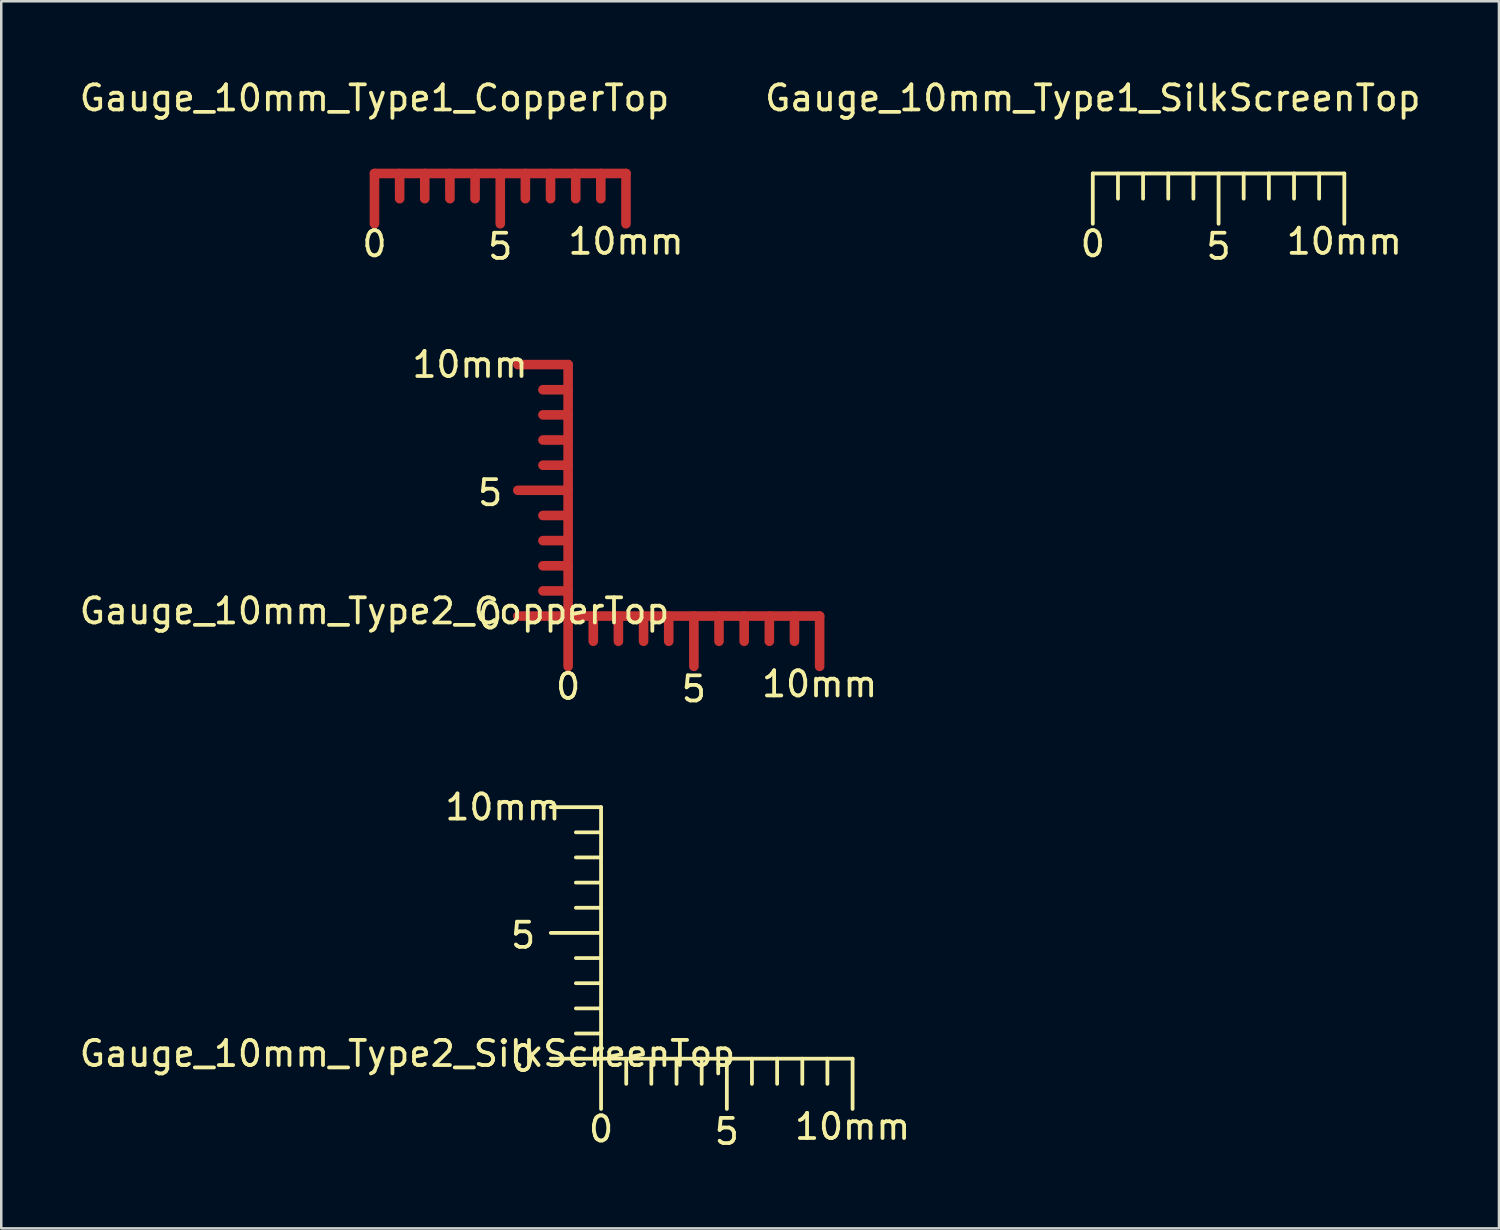
<source format=kicad_pcb>
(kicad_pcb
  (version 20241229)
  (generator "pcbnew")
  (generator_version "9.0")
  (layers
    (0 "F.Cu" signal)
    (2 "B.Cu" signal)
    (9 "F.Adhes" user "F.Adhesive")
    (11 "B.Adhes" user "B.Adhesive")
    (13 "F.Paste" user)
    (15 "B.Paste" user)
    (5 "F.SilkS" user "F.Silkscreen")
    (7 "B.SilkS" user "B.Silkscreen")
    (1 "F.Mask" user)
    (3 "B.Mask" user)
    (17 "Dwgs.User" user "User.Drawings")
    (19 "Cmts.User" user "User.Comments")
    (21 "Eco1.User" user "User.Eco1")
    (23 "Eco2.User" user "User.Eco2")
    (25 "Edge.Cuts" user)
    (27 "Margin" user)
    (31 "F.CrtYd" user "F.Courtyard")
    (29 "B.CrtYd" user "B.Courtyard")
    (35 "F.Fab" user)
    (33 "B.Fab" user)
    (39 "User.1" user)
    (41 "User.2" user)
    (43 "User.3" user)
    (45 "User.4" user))
  (footprint "Gauge_10mm_Type2_SilkScreenTop"
    (layer "F.Cu")
    (at 20.848 39.042)
    (property "Reference" "Gauge_10mm_Type2_SilkScreenTop" (at -7.699 -0.201 0) (layer "F.SilkS") (effects (font (size 1 1) (thickness 0.15))))
    (attr through_hole)
    (fp_line (start 0 -10) (end -1.999 -10) (stroke (width 0.15) (type solid)) (layer "F.SilkS"))
    (fp_line (start 0 -8.999) (end -1.001 -8.999) (stroke (width 0.15) (type solid)) (layer "F.SilkS"))
    (fp_line (start 0 -8.001) (end -1.001 -8.001) (stroke (width 0.15) (type solid)) (layer "F.SilkS"))
    (fp_line (start 0 -7) (end -1.001 -7) (stroke (width 0.15) (type solid)) (layer "F.SilkS"))
    (fp_line (start 0 -5.999) (end -1.001 -5.999) (stroke (width 0.15) (type solid)) (layer "F.SilkS"))
    (fp_line (start 0 -5.001) (end -1.999 -5.001) (stroke (width 0.15) (type solid)) (layer "F.SilkS"))
    (fp_line (start 0 -4) (end -1.001 -4) (stroke (width 0.15) (type solid)) (layer "F.SilkS"))
    (fp_line (start 0 -3) (end -1.001 -3) (stroke (width 0.15) (type solid)) (layer "F.SilkS"))
    (fp_line (start 0 -1.999) (end -1.001 -1.999) (stroke (width 0.15) (type solid)) (layer "F.SilkS"))
    (fp_line (start 0 -1.001) (end -1.001 -1.001) (stroke (width 0.15) (type solid)) (layer "F.SilkS"))
    (fp_line (start 0 0) (end -1.999 0) (stroke (width 0.15) (type solid)) (layer "F.SilkS"))
    (fp_line (start 0 0) (end 0 -10) (stroke (width 0.15) (type solid)) (layer "F.SilkS"))
    (fp_line (start 0 0) (end 0 1.999) (stroke (width 0.15) (type solid)) (layer "F.SilkS"))
    (fp_line (start 0 0) (end 10 0) (stroke (width 0.15) (type solid)) (layer "F.SilkS"))
    (fp_line (start 1.001 0) (end 1.001 1.001) (stroke (width 0.15) (type solid)) (layer "F.SilkS"))
    (fp_line (start 1.999 0) (end 1.999 1.001) (stroke (width 0.15) (type solid)) (layer "F.SilkS"))
    (fp_line (start 3 0) (end 3 1.001) (stroke (width 0.15) (type solid)) (layer "F.SilkS"))
    (fp_line (start 4 0) (end 4 1.001) (stroke (width 0.15) (type solid)) (layer "F.SilkS"))
    (fp_line (start 5.001 0) (end 5.001 1.999) (stroke (width 0.15) (type solid)) (layer "F.SilkS"))
    (fp_line (start 5.999 0) (end 5.999 1.001) (stroke (width 0.15) (type solid)) (layer "F.SilkS"))
    (fp_line (start 7 0) (end 7 1.001) (stroke (width 0.15) (type solid)) (layer "F.SilkS"))
    (fp_line (start 8.001 0) (end 8.001 1.001) (stroke (width 0.15) (type solid)) (layer "F.SilkS"))
    (fp_line (start 8.999 0) (end 8.999 1.001) (stroke (width 0.15) (type solid)) (layer "F.SilkS"))
    (fp_line (start 10 0) (end 10 1.999) (stroke (width 0.15) (type solid)) (layer "F.SilkS"))
    (fp_text user "0" (at -3.101 0 0) (layer "F.SilkS") (effects (font (size 1 1) (thickness 0.15))))
    (fp_text user "0" (at 0 2.799 0) (layer "F.SilkS") (effects (font (size 1 1) (thickness 0.15))))
    (fp_text user "10mm" (at 10 2.7 0) (layer "F.SilkS") (effects (font (size 1 1) (thickness 0.15))))
    (fp_text user "5" (at -3.101 -4.9 0) (layer "F.SilkS") (effects (font (size 1 1) (thickness 0.15))))
    (fp_text user "5" (at 4.999 2.901 0) (layer "F.SilkS") (effects (font (size 1 1) (thickness 0.15))))
    (fp_text user "10mm" (at -3.901 -10 0) (layer "F.SilkS") (effects (font (size 1 1) (thickness 0.15)))))
  (footprint "Gauge_10mm_Type1_CopperTop"
    (layer "F.Cu")
    (at 11.839 3.848)
    (property "Reference" "Gauge_10mm_Type1_CopperTop" (at 0 -3 0) (layer "F.SilkS") (effects (font (size 1 1) (thickness 0.15))))
    (attr through_hole)
    (fp_line (start 0 0) (end 0 1.999) (stroke (width 0.381) (type solid)) (layer "F.Cu"))
    (fp_line (start 0 0) (end 10 0) (stroke (width 0.381) (type solid)) (layer "F.Cu"))
    (fp_line (start 1.001 0) (end 1.001 1.001) (stroke (width 0.381) (type solid)) (layer "F.Cu"))
    (fp_line (start 1.999 0) (end 1.999 1.001) (stroke (width 0.381) (type solid)) (layer "F.Cu"))
    (fp_line (start 3 0) (end 3 1.001) (stroke (width 0.381) (type solid)) (layer "F.Cu"))
    (fp_line (start 4 0) (end 4 1.001) (stroke (width 0.381) (type solid)) (layer "F.Cu"))
    (fp_line (start 5.001 0) (end 5.001 1.999) (stroke (width 0.381) (type solid)) (layer "F.Cu"))
    (fp_line (start 5.999 0) (end 5.999 1.001) (stroke (width 0.381) (type solid)) (layer "F.Cu"))
    (fp_line (start 7 0) (end 7 1.001) (stroke (width 0.381) (type solid)) (layer "F.Cu"))
    (fp_line (start 8.001 0) (end 8.001 1.001) (stroke (width 0.381) (type solid)) (layer "F.Cu"))
    (fp_line (start 8.999 0) (end 8.999 1.001) (stroke (width 0.381) (type solid)) (layer "F.Cu"))
    (fp_line (start 10 0) (end 10 1.999) (stroke (width 0.381) (type solid)) (layer "F.Cu"))
    (fp_text user "10mm" (at 10 2.7 0) (layer "F.SilkS") (effects (font (size 1 1) (thickness 0.15))))
    (fp_text user "0" (at 0 2.799 0) (layer "F.SilkS") (effects (font (size 1 1) (thickness 0.15))))
    (fp_text user "5" (at 4.999 2.901 0) (layer "F.SilkS") (effects (font (size 1 1) (thickness 0.15)))))
  (footprint "Gauge_10mm_Type2_CopperTop"
    (layer "F.Cu")
    (at 19.538 21.445)
    (property "Reference" "Gauge_10mm_Type2_CopperTop" (at -7.699 -0.201 0) (layer "F.SilkS") (effects (font (size 1 1) (thickness 0.15))))
    (attr through_hole)
    (fp_line (start 0 -10) (end -1.999 -10) (stroke (width 0.381) (type solid)) (layer "F.Cu"))
    (fp_line (start 0 -8.999) (end -1.001 -8.999) (stroke (width 0.381) (type solid)) (layer "F.Cu"))
    (fp_line (start 0 -8.001) (end -1.001 -8.001) (stroke (width 0.381) (type solid)) (layer "F.Cu"))
    (fp_line (start 0 -7) (end -1.001 -7) (stroke (width 0.381) (type solid)) (layer "F.Cu"))
    (fp_line (start 0 -5.999) (end -1.001 -5.999) (stroke (width 0.381) (type solid)) (layer "F.Cu"))
    (fp_line (start 0 -5.001) (end -1.999 -5.001) (stroke (width 0.381) (type solid)) (layer "F.Cu"))
    (fp_line (start 0 -4) (end -1.001 -4) (stroke (width 0.381) (type solid)) (layer "F.Cu"))
    (fp_line (start 0 -3) (end -1.001 -3) (stroke (width 0.381) (type solid)) (layer "F.Cu"))
    (fp_line (start 0 -1.999) (end -1.001 -1.999) (stroke (width 0.381) (type solid)) (layer "F.Cu"))
    (fp_line (start 0 -1.001) (end -1.001 -1.001) (stroke (width 0.381) (type solid)) (layer "F.Cu"))
    (fp_line (start 0 0) (end -1.999 0) (stroke (width 0.381) (type solid)) (layer "F.Cu"))
    (fp_line (start 0 0) (end 0 -10) (stroke (width 0.381) (type solid)) (layer "F.Cu"))
    (fp_line (start 0 0) (end 0 1.999) (stroke (width 0.381) (type solid)) (layer "F.Cu"))
    (fp_line (start 0 0) (end 10 0) (stroke (width 0.381) (type solid)) (layer "F.Cu"))
    (fp_line (start 1.001 0) (end 1.001 1.001) (stroke (width 0.381) (type solid)) (layer "F.Cu"))
    (fp_line (start 1.999 0) (end 1.999 1.001) (stroke (width 0.381) (type solid)) (layer "F.Cu"))
    (fp_line (start 3 0) (end 3 1.001) (stroke (width 0.381) (type solid)) (layer "F.Cu"))
    (fp_line (start 4 0) (end 4 1.001) (stroke (width 0.381) (type solid)) (layer "F.Cu"))
    (fp_line (start 5.001 0) (end 5.001 1.999) (stroke (width 0.381) (type solid)) (layer "F.Cu"))
    (fp_line (start 5.999 0) (end 5.999 1.001) (stroke (width 0.381) (type solid)) (layer "F.Cu"))
    (fp_line (start 7 0) (end 7 1.001) (stroke (width 0.381) (type solid)) (layer "F.Cu"))
    (fp_line (start 8.001 0) (end 8.001 1.001) (stroke (width 0.381) (type solid)) (layer "F.Cu"))
    (fp_line (start 8.999 0) (end 8.999 1.001) (stroke (width 0.381) (type solid)) (layer "F.Cu"))
    (fp_line (start 10 0) (end 10 1.999) (stroke (width 0.381) (type solid)) (layer "F.Cu"))
    (fp_text user "0" (at -3.101 0 0) (layer "F.SilkS") (effects (font (size 1 1) (thickness 0.15))))
    (fp_text user "10mm" (at 10 2.7 0) (layer "F.SilkS") (effects (font (size 1 1) (thickness 0.15))))
    (fp_text user "0" (at 0 2.799 0) (layer "F.SilkS") (effects (font (size 1 1) (thickness 0.15))))
    (fp_text user "10mm" (at -3.901 -10 0) (layer "F.SilkS") (effects (font (size 1 1) (thickness 0.15))))
    (fp_text user "5" (at -3.101 -4.9 0) (layer "F.SilkS") (effects (font (size 1 1) (thickness 0.15))))
    (fp_text user "5" (at 4.999 2.901 0) (layer "F.SilkS") (effects (font (size 1 1) (thickness 0.15)))))
  (footprint "Gauge_10mm_Type1_SilkScreenTop"
    (layer "F.Cu")
    (at 40.399 3.848)
    (property "Reference" "Gauge_10mm_Type1_SilkScreenTop" (at 0 -3 0) (layer "F.SilkS") (effects (font (size 1 1) (thickness 0.15))))
    (attr through_hole)
    (fp_line (start 0 0) (end 0 1.999) (stroke (width 0.15) (type solid)) (layer "F.SilkS"))
    (fp_line (start 0 0) (end 10 0) (stroke (width 0.15) (type solid)) (layer "F.SilkS"))
    (fp_line (start 1.001 0) (end 1.001 1.001) (stroke (width 0.15) (type solid)) (layer "F.SilkS"))
    (fp_line (start 1.999 0) (end 1.999 1.001) (stroke (width 0.15) (type solid)) (layer "F.SilkS"))
    (fp_line (start 3 0) (end 3 1.001) (stroke (width 0.15) (type solid)) (layer "F.SilkS"))
    (fp_line (start 4 0) (end 4 1.001) (stroke (width 0.15) (type solid)) (layer "F.SilkS"))
    (fp_line (start 5.001 0) (end 5.001 1.999) (stroke (width 0.15) (type solid)) (layer "F.SilkS"))
    (fp_line (start 5.999 0) (end 5.999 1.001) (stroke (width 0.15) (type solid)) (layer "F.SilkS"))
    (fp_line (start 7 0) (end 7 1.001) (stroke (width 0.15) (type solid)) (layer "F.SilkS"))
    (fp_line (start 8.001 0) (end 8.001 1.001) (stroke (width 0.15) (type solid)) (layer "F.SilkS"))
    (fp_line (start 8.999 0) (end 8.999 1.001) (stroke (width 0.15) (type solid)) (layer "F.SilkS"))
    (fp_line (start 10 0) (end 10 1.999) (stroke (width 0.15) (type solid)) (layer "F.SilkS"))
    (fp_text user "5" (at 4.999 2.901 0) (layer "F.SilkS") (effects (font (size 1 1) (thickness 0.15))))
    (fp_text user "0" (at 0 2.799 0) (layer "F.SilkS") (effects (font (size 1 1) (thickness 0.15))))
    (fp_text user "10mm" (at 10 2.7 0) (layer "F.SilkS") (effects (font (size 1 1) (thickness 0.15)))))
  (gr_rect
    (start -3 -3)
    (end 56.548 45.791)
    (stroke (width 0.1) (type default))
    (fill no)
    (layer "Edge.Cuts")))
</source>
